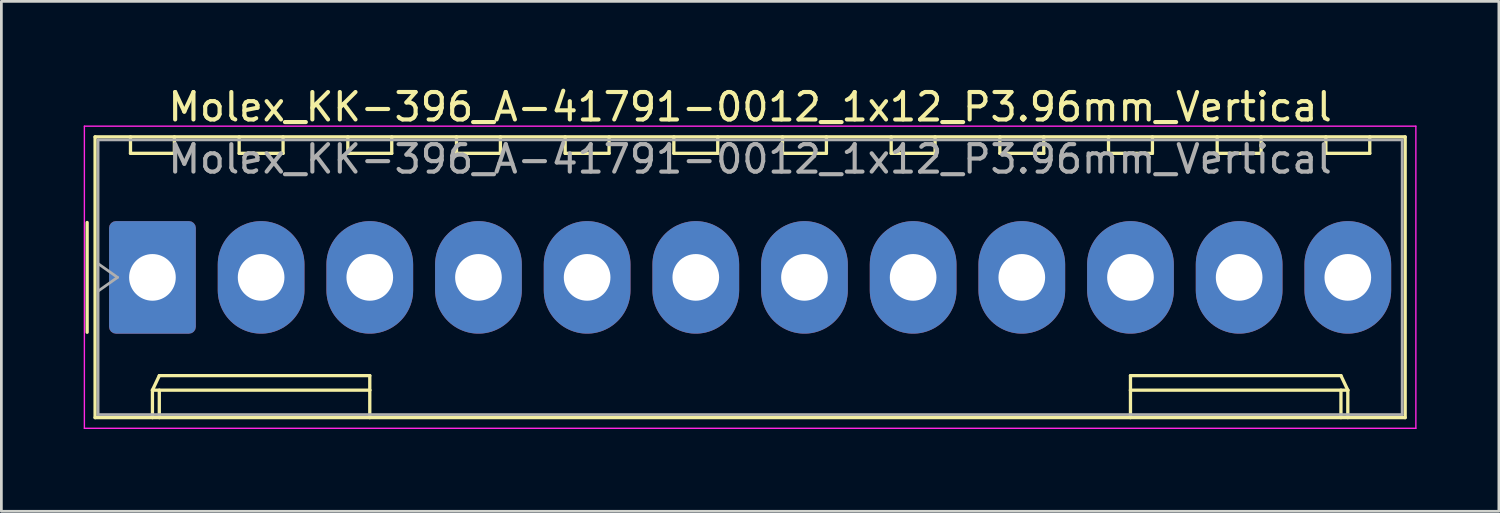
<source format=kicad_pcb>
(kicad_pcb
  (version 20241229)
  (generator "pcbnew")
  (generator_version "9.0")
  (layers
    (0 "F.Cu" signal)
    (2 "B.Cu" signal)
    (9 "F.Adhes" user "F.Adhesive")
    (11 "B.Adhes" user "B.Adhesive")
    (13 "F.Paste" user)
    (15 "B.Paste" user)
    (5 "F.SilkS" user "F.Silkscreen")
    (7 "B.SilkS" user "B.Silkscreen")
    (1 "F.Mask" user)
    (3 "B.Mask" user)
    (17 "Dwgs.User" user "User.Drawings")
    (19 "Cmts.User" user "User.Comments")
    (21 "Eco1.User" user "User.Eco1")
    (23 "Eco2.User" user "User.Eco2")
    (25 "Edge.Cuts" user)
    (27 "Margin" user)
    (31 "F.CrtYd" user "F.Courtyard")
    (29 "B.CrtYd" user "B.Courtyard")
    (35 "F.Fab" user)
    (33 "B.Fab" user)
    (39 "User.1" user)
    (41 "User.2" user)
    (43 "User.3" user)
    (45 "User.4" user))
  (footprint "Molex_KK-396_A-41791-0012_1x12_P3.96mm_Vertical"
    (layer "F.Cu")
    (at 2.505 7.058)
    (property "Reference" "Molex_KK-396_A-41791-0012_1x12_P3.96mm_Vertical" (at 21.78 -6.21 0) (layer "F.SilkS") (effects (font (size 1 1) (thickness 0.15))))
    (attr through_hole)
    (fp_line (start -2.38 -2) (end -2.38 2) (stroke (width 0.12) (type solid)) (layer "F.SilkS"))
    (fp_line (start -2.09 -5.12) (end -2.09 5.11) (stroke (width 0.12) (type solid)) (layer "F.SilkS"))
    (fp_line (start -2.09 5.11) (end 45.65 5.11) (stroke (width 0.12) (type solid)) (layer "F.SilkS"))
    (fp_line (start -0.8 -5.12) (end -0.8 -4.52) (stroke (width 0.12) (type solid)) (layer "F.SilkS"))
    (fp_line (start -0.8 -4.52) (end 0.8 -4.52) (stroke (width 0.12) (type solid)) (layer "F.SilkS"))
    (fp_line (start 0 4.11) (end 0.25 3.58) (stroke (width 0.12) (type solid)) (layer "F.SilkS"))
    (fp_line (start 0 4.11) (end 7.92 4.11) (stroke (width 0.12) (type solid)) (layer "F.SilkS"))
    (fp_line (start 0 5.11) (end 0 4.11) (stroke (width 0.12) (type solid)) (layer "F.SilkS"))
    (fp_line (start 0.25 3.58) (end 7.92 3.58) (stroke (width 0.12) (type solid)) (layer "F.SilkS"))
    (fp_line (start 0.25 5.11) (end 0.25 4.11) (stroke (width 0.12) (type solid)) (layer "F.SilkS"))
    (fp_line (start 0.8 -4.52) (end 0.8 -5.12) (stroke (width 0.12) (type solid)) (layer "F.SilkS"))
    (fp_line (start 3.16 -5.12) (end 3.16 -4.52) (stroke (width 0.12) (type solid)) (layer "F.SilkS"))
    (fp_line (start 3.16 -4.52) (end 4.76 -4.52) (stroke (width 0.12) (type solid)) (layer "F.SilkS"))
    (fp_line (start 4.76 -4.52) (end 4.76 -5.12) (stroke (width 0.12) (type solid)) (layer "F.SilkS"))
    (fp_line (start 7.12 -5.12) (end 7.12 -4.52) (stroke (width 0.12) (type solid)) (layer "F.SilkS"))
    (fp_line (start 7.12 -4.52) (end 8.72 -4.52) (stroke (width 0.12) (type solid)) (layer "F.SilkS"))
    (fp_line (start 7.92 3.58) (end 7.92 4.11) (stroke (width 0.12) (type solid)) (layer "F.SilkS"))
    (fp_line (start 7.92 4.11) (end 7.92 5.11) (stroke (width 0.12) (type solid)) (layer "F.SilkS"))
    (fp_line (start 8.72 -4.52) (end 8.72 -5.12) (stroke (width 0.12) (type solid)) (layer "F.SilkS"))
    (fp_line (start 11.08 -5.12) (end 11.08 -4.52) (stroke (width 0.12) (type solid)) (layer "F.SilkS"))
    (fp_line (start 11.08 -4.52) (end 12.68 -4.52) (stroke (width 0.12) (type solid)) (layer "F.SilkS"))
    (fp_line (start 12.68 -4.52) (end 12.68 -5.12) (stroke (width 0.12) (type solid)) (layer "F.SilkS"))
    (fp_line (start 15.04 -5.12) (end 15.04 -4.52) (stroke (width 0.12) (type solid)) (layer "F.SilkS"))
    (fp_line (start 15.04 -4.52) (end 16.64 -4.52) (stroke (width 0.12) (type solid)) (layer "F.SilkS"))
    (fp_line (start 16.64 -4.52) (end 16.64 -5.12) (stroke (width 0.12) (type solid)) (layer "F.SilkS"))
    (fp_line (start 19 -5.12) (end 19 -4.52) (stroke (width 0.12) (type solid)) (layer "F.SilkS"))
    (fp_line (start 19 -4.52) (end 20.6 -4.52) (stroke (width 0.12) (type solid)) (layer "F.SilkS"))
    (fp_line (start 20.6 -4.52) (end 20.6 -5.12) (stroke (width 0.12) (type solid)) (layer "F.SilkS"))
    (fp_line (start 22.96 -5.12) (end 22.96 -4.52) (stroke (width 0.12) (type solid)) (layer "F.SilkS"))
    (fp_line (start 22.96 -4.52) (end 24.56 -4.52) (stroke (width 0.12) (type solid)) (layer "F.SilkS"))
    (fp_line (start 24.56 -4.52) (end 24.56 -5.12) (stroke (width 0.12) (type solid)) (layer "F.SilkS"))
    (fp_line (start 26.92 -5.12) (end 26.92 -4.52) (stroke (width 0.12) (type solid)) (layer "F.SilkS"))
    (fp_line (start 26.92 -4.52) (end 28.52 -4.52) (stroke (width 0.12) (type solid)) (layer "F.SilkS"))
    (fp_line (start 28.52 -4.52) (end 28.52 -5.12) (stroke (width 0.12) (type solid)) (layer "F.SilkS"))
    (fp_line (start 30.88 -5.12) (end 30.88 -4.52) (stroke (width 0.12) (type solid)) (layer "F.SilkS"))
    (fp_line (start 30.88 -4.52) (end 32.48 -4.52) (stroke (width 0.12) (type solid)) (layer "F.SilkS"))
    (fp_line (start 32.48 -4.52) (end 32.48 -5.12) (stroke (width 0.12) (type solid)) (layer "F.SilkS"))
    (fp_line (start 34.84 -5.12) (end 34.84 -4.52) (stroke (width 0.12) (type solid)) (layer "F.SilkS"))
    (fp_line (start 34.84 -4.52) (end 36.44 -4.52) (stroke (width 0.12) (type solid)) (layer "F.SilkS"))
    (fp_line (start 35.64 3.58) (end 35.64 4.11) (stroke (width 0.12) (type solid)) (layer "F.SilkS"))
    (fp_line (start 35.64 4.11) (end 35.64 5.11) (stroke (width 0.12) (type solid)) (layer "F.SilkS"))
    (fp_line (start 36.44 -4.52) (end 36.44 -5.12) (stroke (width 0.12) (type solid)) (layer "F.SilkS"))
    (fp_line (start 38.8 -5.12) (end 38.8 -4.52) (stroke (width 0.12) (type solid)) (layer "F.SilkS"))
    (fp_line (start 38.8 -4.52) (end 40.4 -4.52) (stroke (width 0.12) (type solid)) (layer "F.SilkS"))
    (fp_line (start 40.4 -4.52) (end 40.4 -5.12) (stroke (width 0.12) (type solid)) (layer "F.SilkS"))
    (fp_line (start 42.76 -5.12) (end 42.76 -4.52) (stroke (width 0.12) (type solid)) (layer "F.SilkS"))
    (fp_line (start 42.76 -4.52) (end 44.36 -4.52) (stroke (width 0.12) (type solid)) (layer "F.SilkS"))
    (fp_line (start 43.31 3.58) (end 35.64 3.58) (stroke (width 0.12) (type solid)) (layer "F.SilkS"))
    (fp_line (start 43.31 5.11) (end 43.31 4.11) (stroke (width 0.12) (type solid)) (layer "F.SilkS"))
    (fp_line (start 43.56 4.11) (end 35.64 4.11) (stroke (width 0.12) (type solid)) (layer "F.SilkS"))
    (fp_line (start 43.56 4.11) (end 43.31 3.58) (stroke (width 0.12) (type solid)) (layer "F.SilkS"))
    (fp_line (start 43.56 5.11) (end 43.56 4.11) (stroke (width 0.12) (type solid)) (layer "F.SilkS"))
    (fp_line (start 44.36 -4.52) (end 44.36 -5.12) (stroke (width 0.12) (type solid)) (layer "F.SilkS"))
    (fp_line (start 45.65 -5.12) (end -2.09 -5.12) (stroke (width 0.12) (type solid)) (layer "F.SilkS"))
    (fp_line (start 45.65 5.11) (end 45.65 -5.12) (stroke (width 0.12) (type solid)) (layer "F.SilkS"))
    (fp_line (start -2.48 -5.51) (end -2.48 5.5) (stroke (width 0.05) (type solid)) (layer "F.CrtYd"))
    (fp_line (start -2.48 5.5) (end 46.04 5.5) (stroke (width 0.05) (type solid)) (layer "F.CrtYd"))
    (fp_line (start 46.04 -5.51) (end -2.48 -5.51) (stroke (width 0.05) (type solid)) (layer "F.CrtYd"))
    (fp_line (start 46.04 5.5) (end 46.04 -5.51) (stroke (width 0.05) (type solid)) (layer "F.CrtYd"))
    (fp_line (start -1.98 -5.01) (end -1.98 5) (stroke (width 0.1) (type solid)) (layer "F.Fab"))
    (fp_line (start -1.98 -0.5) (end -1.273 0) (stroke (width 0.1) (type solid)) (layer "F.Fab"))
    (fp_line (start -1.98 5) (end 45.54 5) (stroke (width 0.1) (type solid)) (layer "F.Fab"))
    (fp_line (start -1.273 0) (end -1.98 0.5) (stroke (width 0.1) (type solid)) (layer "F.Fab"))
    (fp_line (start 45.54 -5.01) (end -1.98 -5.01) (stroke (width 0.1) (type solid)) (layer "F.Fab"))
    (fp_line (start 45.54 5) (end 45.54 -5.01) (stroke (width 0.1) (type solid)) (layer "F.Fab"))
    (fp_text user "${REFERENCE}" (at 21.78 -4.31 0) (layer "F.Fab") (effects (font (size 1 1) (thickness 0.15))))
    (pad "1" thru_hole roundrect (at 0 0) (size 3.16 4.1) (drill 1.7) (layers "*.Cu" "*.Mask") (roundrect_rratio 0.079))
    (pad "2" thru_hole oval (at 3.96 0) (size 3.16 4.1) (drill 1.7) (layers "*.Cu" "*.Mask"))
    (pad "3" thru_hole oval (at 7.92 0) (size 3.16 4.1) (drill 1.7) (layers "*.Cu" "*.Mask"))
    (pad "4" thru_hole oval (at 11.88 0) (size 3.16 4.1) (drill 1.7) (layers "*.Cu" "*.Mask"))
    (pad "5" thru_hole oval (at 15.84 0) (size 3.16 4.1) (drill 1.7) (layers "*.Cu" "*.Mask"))
    (pad "6" thru_hole oval (at 19.8 0) (size 3.16 4.1) (drill 1.7) (layers "*.Cu" "*.Mask"))
    (pad "7" thru_hole oval (at 23.76 0) (size 3.16 4.1) (drill 1.7) (layers "*.Cu" "*.Mask"))
    (pad "8" thru_hole oval (at 27.72 0) (size 3.16 4.1) (drill 1.7) (layers "*.Cu" "*.Mask"))
    (pad "9" thru_hole oval (at 31.68 0) (size 3.16 4.1) (drill 1.7) (layers "*.Cu" "*.Mask"))
    (pad "10" thru_hole oval (at 35.64 0) (size 3.16 4.1) (drill 1.7) (layers "*.Cu" "*.Mask"))
    (pad "11" thru_hole oval (at 39.6 0) (size 3.16 4.1) (drill 1.7) (layers "*.Cu" "*.Mask"))
    (pad "12" thru_hole oval (at 43.56 0) (size 3.16 4.1) (drill 1.7) (layers "*.Cu" "*.Mask")))
  (gr_rect
    (start -3 -3)
    (end 51.57 15.583)
    (stroke (width 0.1) (type default))
    (fill no)
    (layer "Edge.Cuts")))
</source>
